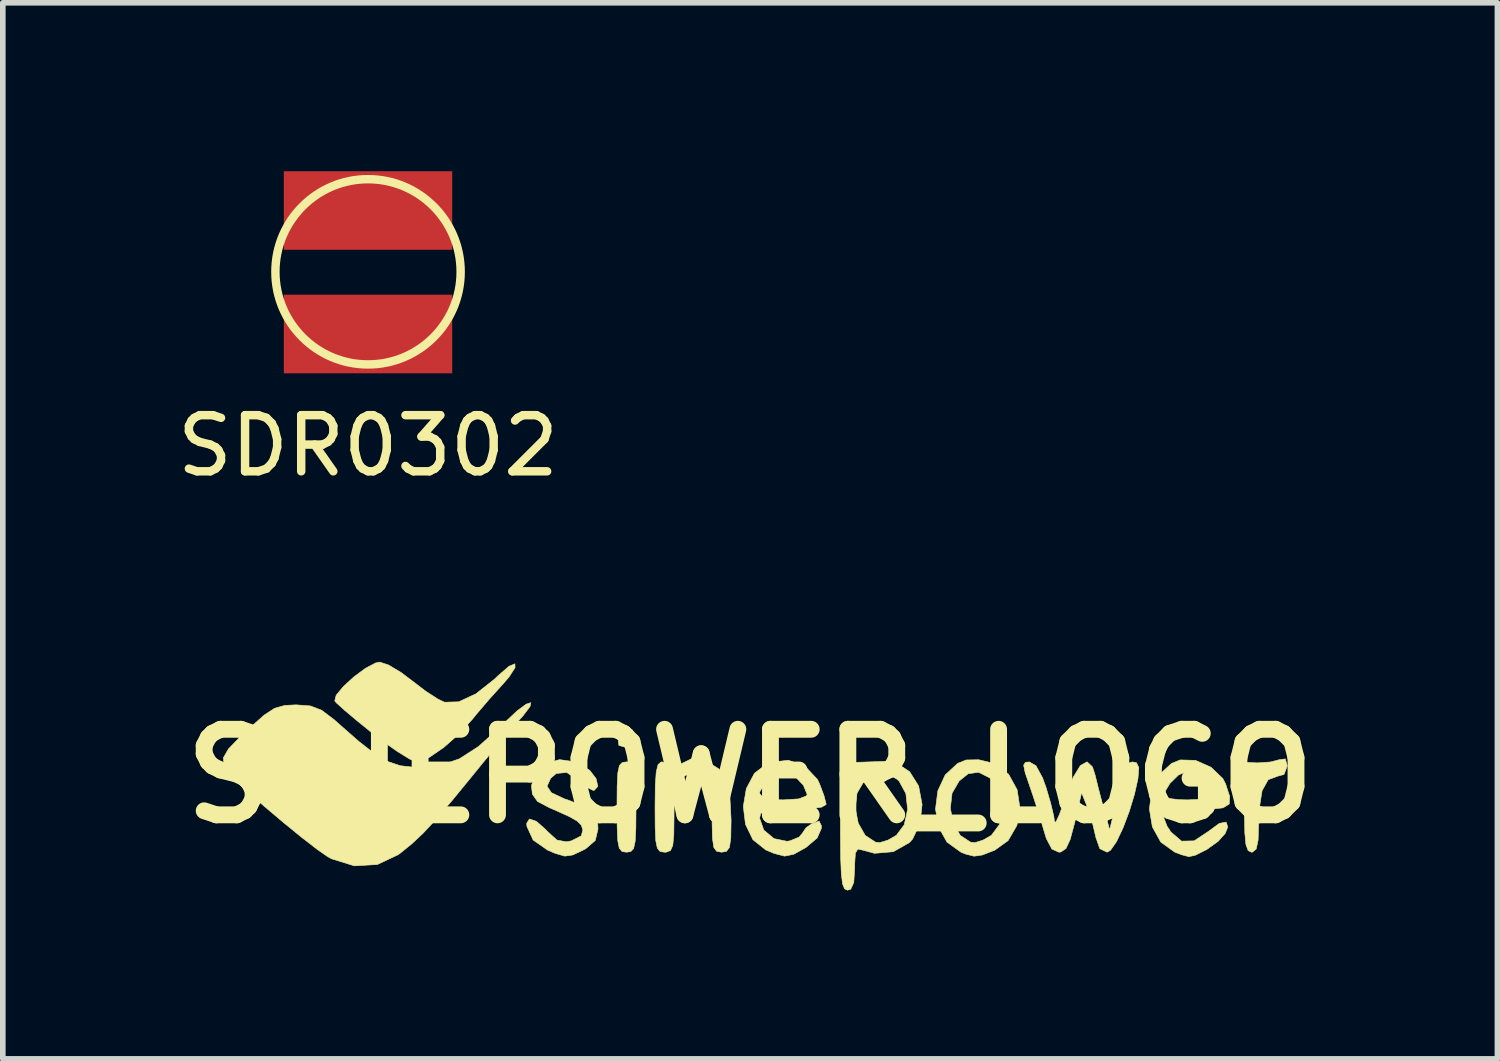
<source format=kicad_pcb>
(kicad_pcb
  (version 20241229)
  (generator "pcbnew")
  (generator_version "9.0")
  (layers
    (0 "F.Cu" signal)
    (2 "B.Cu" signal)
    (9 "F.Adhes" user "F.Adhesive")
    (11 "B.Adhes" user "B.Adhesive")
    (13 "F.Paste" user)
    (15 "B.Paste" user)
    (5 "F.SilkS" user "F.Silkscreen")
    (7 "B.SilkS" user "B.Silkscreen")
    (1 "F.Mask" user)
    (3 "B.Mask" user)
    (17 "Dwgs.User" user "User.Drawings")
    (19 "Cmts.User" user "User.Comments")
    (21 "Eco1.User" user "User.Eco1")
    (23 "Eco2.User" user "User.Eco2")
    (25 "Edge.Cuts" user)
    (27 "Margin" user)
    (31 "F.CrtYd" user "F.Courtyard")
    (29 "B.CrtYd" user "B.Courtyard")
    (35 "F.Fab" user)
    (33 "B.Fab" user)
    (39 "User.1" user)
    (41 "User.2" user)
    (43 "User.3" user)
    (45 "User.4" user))
  (footprint "SINEPOWER_LOGO"
    (layer "F.Cu")
    (at 10.312 10.776)
    (property "Reference" "SINEPOWER_LOGO" (at 0 0 0) (layer "F.SilkS") (effects (font (size 1.524 1.524) (thickness 0.3))))
    (attr through_hole)
    (fp_poly (pts (xy -2.092 -0.817) (xy -2.047 -0.699) (xy -2.063 -0.55) (xy -2.194 -0.508) (xy -2.201 -0.508) (xy -2.337 -0.547) (xy -2.356 -0.691) (xy -2.355 -0.699) (xy -2.286 -0.847) (xy -2.201 -0.889) (xy -2.092 -0.817)) (stroke (width 0.01) (type solid)) (fill yes) (layer "F.SilkS"))
    (fp_poly (pts (xy -2.123 -0.242) (xy -2.073 -0.184) (xy -2.046 -0.05) (xy -2.034 0.192) (xy -2.032 0.55) (xy -2.035 0.924) (xy -2.047 1.16) (xy -2.075 1.29) (xy -2.126 1.344) (xy -2.201 1.355) (xy -2.28 1.343) (xy -2.33 1.285) (xy -2.357 1.151) (xy -2.368 0.909) (xy -2.371 0.55) (xy -2.368 0.176) (xy -2.356 -0.059) (xy -2.328 -0.189) (xy -2.277 -0.243) (xy -2.201 -0.254) (xy -2.123 -0.242)) (stroke (width 0.01) (type solid)) (fill yes) (layer "F.SilkS"))
    (fp_poly (pts (xy 9.567 -0.187) (xy 9.567 -0.178) (xy 9.512 -0.03) (xy 9.401 0) (xy 9.23 0.063) (xy 9.12 0.26) (xy 9.066 0.603) (xy 9.059 0.841) (xy 9.05 1.138) (xy 9.016 1.298) (xy 8.95 1.353) (xy 8.932 1.355) (xy 8.872 1.326) (xy 8.833 1.22) (xy 8.813 1.01) (xy 8.806 0.666) (xy 8.805 0.554) (xy 8.805 -0.247) (xy 9.038 -0.236) (xy 9.27 -0.252) (xy 9.419 -0.291) (xy 9.535 -0.307) (xy 9.567 -0.187)) (stroke (width 0.01) (type solid)) (fill yes) (layer "F.SilkS"))
    (fp_poly (pts (xy -6.441 -1.98) (xy -6.215 -1.845) (xy -6.027 -1.703) (xy -5.781 -1.515) (xy -5.56 -1.372) (xy -5.444 -1.317) (xy -5.191 -1.324) (xy -4.883 -1.467) (xy -4.549 -1.731) (xy -4.493 -1.786) (xy -4.294 -1.958) (xy -4.189 -2.001) (xy -4.187 -1.932) (xy -4.295 -1.765) (xy -4.414 -1.628) (xy -4.648 -1.369) (xy -4.879 -1.098) (xy -4.945 -1.016) (xy -5.187 -0.749) (xy -5.456 -0.512) (xy -5.711 -0.337) (xy -5.91 -0.256) (xy -5.936 -0.254) (xy -6.064 -0.304) (xy -6.285 -0.44) (xy -6.561 -0.636) (xy -6.717 -0.756) (xy -6.996 -0.982) (xy -7.224 -1.174) (xy -7.368 -1.304) (xy -7.399 -1.34) (xy -7.373 -1.442) (xy -7.246 -1.596) (xy -7.058 -1.768) (xy -6.853 -1.92) (xy -6.672 -2.016) (xy -6.598 -2.032) (xy -6.441 -1.98)) (stroke (width 0.01) (type solid)) (fill yes) (layer "F.SilkS"))
    (fp_poly (pts (xy 4.329 -0.23) (xy 4.35 -0.221) (xy 4.605 -0.034) (xy 4.757 0.242) (xy 4.806 0.561) (xy 4.753 0.878) (xy 4.596 1.149) (xy 4.358 1.319) (xy 4.136 1.405) (xy 3.989 1.426) (xy 3.838 1.388) (xy 3.756 1.355) (xy 3.507 1.175) (xy 3.357 0.905) (xy 3.303 0.586) (xy 3.305 0.572) (xy 3.567 0.572) (xy 3.62 0.839) (xy 3.744 1.056) (xy 3.927 1.176) (xy 4.003 1.185) (xy 4.149 1.14) (xy 4.299 1.054) (xy 4.443 0.861) (xy 4.5 0.59) (xy 4.468 0.311) (xy 4.348 0.09) (xy 4.299 0.047) (xy 4.072 -0.069) (xy 3.886 -0.043) (xy 3.725 0.085) (xy 3.598 0.304) (xy 3.567 0.572) (xy 3.305 0.572) (xy 3.344 0.263) (xy 3.476 -0.022) (xy 3.697 -0.227) (xy 3.85 -0.288) (xy 4.073 -0.292) (xy 4.329 -0.23)) (stroke (width 0.01) (type solid)) (fill yes) (layer "F.SilkS"))
    (fp_poly (pts (xy -0.876 -0.296) (xy -0.754 -0.251) (xy -0.556 -0.129) (xy -0.429 0.06) (xy -0.361 0.348) (xy -0.339 0.768) (xy -0.339 0.81) (xy -0.344 1.106) (xy -0.368 1.27) (xy -0.422 1.341) (xy -0.508 1.355) (xy -0.595 1.339) (xy -0.646 1.27) (xy -0.67 1.112) (xy -0.677 0.828) (xy -0.677 0.73) (xy -0.696 0.321) (xy -0.758 0.063) (xy -0.872 -0.057) (xy -1.047 -0.052) (xy -1.146 -0.014) (xy -1.253 0.047) (xy -1.315 0.137) (xy -1.345 0.297) (xy -1.354 0.568) (xy -1.355 0.718) (xy -1.359 1.043) (xy -1.377 1.234) (xy -1.418 1.326) (xy -1.493 1.354) (xy -1.524 1.355) (xy -1.603 1.343) (xy -1.652 1.285) (xy -1.68 1.151) (xy -1.691 0.909) (xy -1.693 0.55) (xy -1.689 0.167) (xy -1.672 -0.076) (xy -1.639 -0.206) (xy -1.585 -0.252) (xy -1.566 -0.254) (xy -1.454 -0.207) (xy -1.439 -0.167) (xy -1.38 -0.146) (xy -1.236 -0.214) (xy -1.227 -0.22) (xy -1.048 -0.308) (xy -0.876 -0.296)) (stroke (width 0.01) (type solid)) (fill yes) (layer "F.SilkS"))
    (fp_poly (pts (xy 2.64 -0.213) (xy 2.842 -0.079) (xy 2.843 -0.078) (xy 3.002 0.175) (xy 3.064 0.503) (xy 3.028 0.84) (xy 2.894 1.122) (xy 2.839 1.183) (xy 2.551 1.346) (xy 2.217 1.375) (xy 2.011 1.319) (xy 1.92 1.299) (xy 1.876 1.37) (xy 1.863 1.566) (xy 1.863 1.642) (xy 1.847 1.896) (xy 1.793 2.014) (xy 1.736 2.032) (xy 1.683 2.008) (xy 1.647 1.919) (xy 1.625 1.74) (xy 1.613 1.447) (xy 1.609 1.015) (xy 1.609 0.897) (xy 1.609 0.572) (xy 1.874 0.572) (xy 1.927 0.839) (xy 2.051 1.056) (xy 2.234 1.176) (xy 2.309 1.185) (xy 2.456 1.14) (xy 2.606 1.054) (xy 2.75 0.861) (xy 2.806 0.59) (xy 2.775 0.311) (xy 2.655 0.09) (xy 2.606 0.047) (xy 2.379 -0.069) (xy 2.192 -0.043) (xy 2.032 0.085) (xy 1.905 0.304) (xy 1.874 0.572) (xy 1.609 0.572) (xy 1.609 -0.237) (xy 1.926 -0.247) (xy 2.196 -0.256) (xy 2.426 -0.264) (xy 2.441 -0.264) (xy 2.64 -0.213)) (stroke (width 0.01) (type solid)) (fill yes) (layer "F.SilkS"))
    (fp_poly (pts (xy -3.115 -0.254) (xy -2.857 -0.104) (xy -2.743 0.045) (xy -2.712 0.182) (xy -2.777 0.253) (xy -2.794 0.254) (xy -2.911 0.199) (xy -3.048 0.085) (xy -3.265 -0.065) (xy -3.453 -0.048) (xy -3.553 0.039) (xy -3.617 0.179) (xy -3.54 0.295) (xy -3.309 0.404) (xy -3.237 0.428) (xy -2.942 0.542) (xy -2.78 0.665) (xy -2.716 0.832) (xy -2.709 0.94) (xy -2.758 1.147) (xy -2.929 1.294) (xy -2.959 1.31) (xy -3.158 1.404) (xy -3.302 1.425) (xy -3.474 1.375) (xy -3.607 1.318) (xy -3.865 1.138) (xy -3.976 0.895) (xy -3.979 0.84) (xy -3.931 0.763) (xy -3.807 0.805) (xy -3.638 0.954) (xy -3.609 0.986) (xy -3.441 1.139) (xy -3.273 1.17) (xy -3.184 1.153) (xy -3.007 1.063) (xy -2.979 0.959) (xy -3.007 0.874) (xy -3.077 0.802) (xy -3.223 0.719) (xy -3.481 0.603) (xy -3.577 0.562) (xy -3.788 0.45) (xy -3.878 0.322) (xy -3.895 0.173) (xy -3.825 -0.069) (xy -3.644 -0.228) (xy -3.393 -0.294) (xy -3.115 -0.254)) (stroke (width 0.01) (type solid)) (fill yes) (layer "F.SilkS"))
    (fp_poly (pts (xy -3.92 -1.24) (xy -4.047 -1.072) (xy -4.118 -0.994) (xy -4.279 -0.811) (xy -4.51 -0.539) (xy -4.776 -0.218) (xy -4.953 0) (xy -5.311 0.437) (xy -5.591 0.765) (xy -5.82 1.012) (xy -6.023 1.203) (xy -6.225 1.367) (xy -6.268 1.399) (xy -6.639 1.574) (xy -7.05 1.598) (xy -7.458 1.472) (xy -7.535 1.428) (xy -7.714 1.303) (xy -7.983 1.095) (xy -8.307 0.831) (xy -8.649 0.542) (xy -8.657 0.535) (xy -9.014 0.225) (xy -9.25 -0.002) (xy -9.372 -0.175) (xy -9.383 -0.327) (xy -9.291 -0.486) (xy -9.099 -0.685) (xy -8.9 -0.871) (xy -8.655 -1.088) (xy -8.47 -1.209) (xy -8.288 -1.26) (xy -8.087 -1.27) (xy -7.834 -1.251) (xy -7.632 -1.174) (xy -7.411 -1.007) (xy -7.343 -0.946) (xy -6.973 -0.621) (xy -6.688 -0.399) (xy -6.453 -0.26) (xy -6.234 -0.186) (xy -5.996 -0.159) (xy -5.888 -0.157) (xy -5.516 -0.192) (xy -5.18 -0.308) (xy -4.84 -0.527) (xy -4.46 -0.867) (xy -4.374 -0.953) (xy -4.15 -1.163) (xy -3.989 -1.282) (xy -3.906 -1.309) (xy -3.92 -1.24)) (stroke (width 0.01) (type solid)) (fill yes) (layer "F.SilkS"))
    (fp_poly (pts (xy 7.935 -0.281) (xy 8.212 -0.158) (xy 8.421 0.043) (xy 8.47 0.137) (xy 8.543 0.361) (xy 8.536 0.496) (xy 8.425 0.565) (xy 8.184 0.59) (xy 7.959 0.593) (xy 7.616 0.604) (xy 7.425 0.647) (xy 7.368 0.737) (xy 7.427 0.89) (xy 7.498 0.997) (xy 7.686 1.158) (xy 7.91 1.153) (xy 8.169 0.982) (xy 8.177 0.975) (xy 8.36 0.841) (xy 8.48 0.819) (xy 8.509 0.905) (xy 8.464 1.02) (xy 8.337 1.162) (xy 8.135 1.307) (xy 7.929 1.41) (xy 7.815 1.434) (xy 7.689 1.401) (xy 7.566 1.355) (xy 7.316 1.175) (xy 7.166 0.904) (xy 7.113 0.586) (xy 7.142 0.358) (xy 7.366 0.358) (xy 7.442 0.395) (xy 7.637 0.419) (xy 7.789 0.423) (xy 8.05 0.412) (xy 8.179 0.368) (xy 8.213 0.284) (xy 8.14 0.113) (xy 7.965 -0.028) (xy 7.773 -0.082) (xy 7.63 -0.019) (xy 7.477 0.131) (xy 7.377 0.299) (xy 7.366 0.358) (xy 7.142 0.358) (xy 7.154 0.263) (xy 7.286 -0.023) (xy 7.508 -0.227) (xy 7.662 -0.289) (xy 7.935 -0.281)) (stroke (width 0.01) (type solid)) (fill yes) (layer "F.SilkS"))
    (fp_poly (pts (xy 6.099 -0.165) (xy 6.144 -0.027) (xy 6.202 0.208) (xy 6.279 0.501) (xy 6.302 0.583) (xy 6.405 0.955) (xy 6.547 0.378) (xy 6.629 0.052) (xy 6.689 -0.141) (xy 6.743 -0.232) (xy 6.809 -0.253) (xy 6.882 -0.24) (xy 6.925 -0.152) (xy 6.909 0.048) (xy 6.848 0.321) (xy 6.756 0.625) (xy 6.644 0.921) (xy 6.528 1.166) (xy 6.42 1.321) (xy 6.359 1.355) (xy 6.23 1.292) (xy 6.158 1.088) (xy 6.157 1.079) (xy 6.089 0.791) (xy 6.008 0.55) (xy 5.905 0.296) (xy 5.783 0.826) (xy 5.703 1.125) (xy 5.627 1.29) (xy 5.536 1.351) (xy 5.501 1.355) (xy 5.376 1.299) (xy 5.278 1.113) (xy 5.242 0.995) (xy 5.152 0.695) (xy 5.039 0.346) (xy 4.986 0.191) (xy 4.9 -0.062) (xy 4.873 -0.195) (xy 4.904 -0.246) (xy 4.975 -0.253) (xy 5.093 -0.185) (xy 5.209 0.028) (xy 5.271 0.198) (xy 5.354 0.48) (xy 5.41 0.715) (xy 5.423 0.812) (xy 5.447 0.818) (xy 5.509 0.688) (xy 5.594 0.45) (xy 5.617 0.382) (xy 5.753 0.025) (xy 5.884 -0.189) (xy 6.003 -0.255) (xy 6.099 -0.165)) (stroke (width 0.01) (type solid)) (fill yes) (layer "F.SilkS"))
    (fp_poly (pts (xy 0.98 -0.176) (xy 1.2 0.059) (xy 1.237 0.136) (xy 1.316 0.347) (xy 1.354 0.494) (xy 1.355 0.505) (xy 1.275 0.552) (xy 1.059 0.583) (xy 0.762 0.593) (xy 0.449 0.598) (xy 0.27 0.62) (xy 0.188 0.668) (xy 0.169 0.749) (xy 0.244 0.961) (xy 0.426 1.113) (xy 0.658 1.161) (xy 0.716 1.151) (xy 0.876 1.084) (xy 0.931 1.017) (xy 0.997 0.919) (xy 1.101 0.847) (xy 1.229 0.801) (xy 1.269 0.88) (xy 1.27 0.93) (xy 1.195 1.102) (xy 0.995 1.271) (xy 0.777 1.392) (xy 0.614 1.425) (xy 0.425 1.376) (xy 0.28 1.315) (xy 0.051 1.133) (xy -0.082 0.859) (xy -0.121 0.54) (xy -0.082 0.309) (xy 0.169 0.309) (xy 0.233 0.384) (xy 0.434 0.419) (xy 0.593 0.423) (xy 0.868 0.405) (xy 1.005 0.351) (xy 1.016 0.324) (xy 0.95 0.163) (xy 0.799 0.004) (xy 0.633 -0.082) (xy 0.607 -0.085) (xy 0.433 -0.023) (xy 0.265 0.119) (xy 0.173 0.279) (xy 0.169 0.309) (xy -0.082 0.309) (xy -0.067 0.221) (xy 0.078 -0.051) (xy 0.311 -0.231) (xy 0.345 -0.244) (xy 0.682 -0.283) (xy 0.98 -0.176)) (stroke (width 0.01) (type solid)) (fill yes) (layer "F.SilkS")))
  (footprint "SDR0302"
    (layer "F.Cu")
    (at 3.506 1.792)
    (property "Reference" "SDR0302" (at 0 3.099 0) (layer "F.SilkS") (effects (font (size 1 1) (thickness 0.15))))
    (attr through_hole)
    (fp_circle (center 0 0) (end 1.65 0) (stroke (width 0.15) (type solid)) (fill no) (layer "F.SilkS"))
    (pad "1" smd rect (at 0 -1.092) (size 3 1.4) (layers "F.Cu" "F.Mask" "F.Paste"))
    (pad "2" smd rect (at 0 1.108) (size 3 1.4) (layers "F.Cu" "F.Mask" "F.Paste")))
  (gr_rect
    (start -3 -3)
    (end 23.625 15.813)
    (stroke (width 0.1) (type default))
    (fill no)
    (layer "Edge.Cuts")))
</source>
